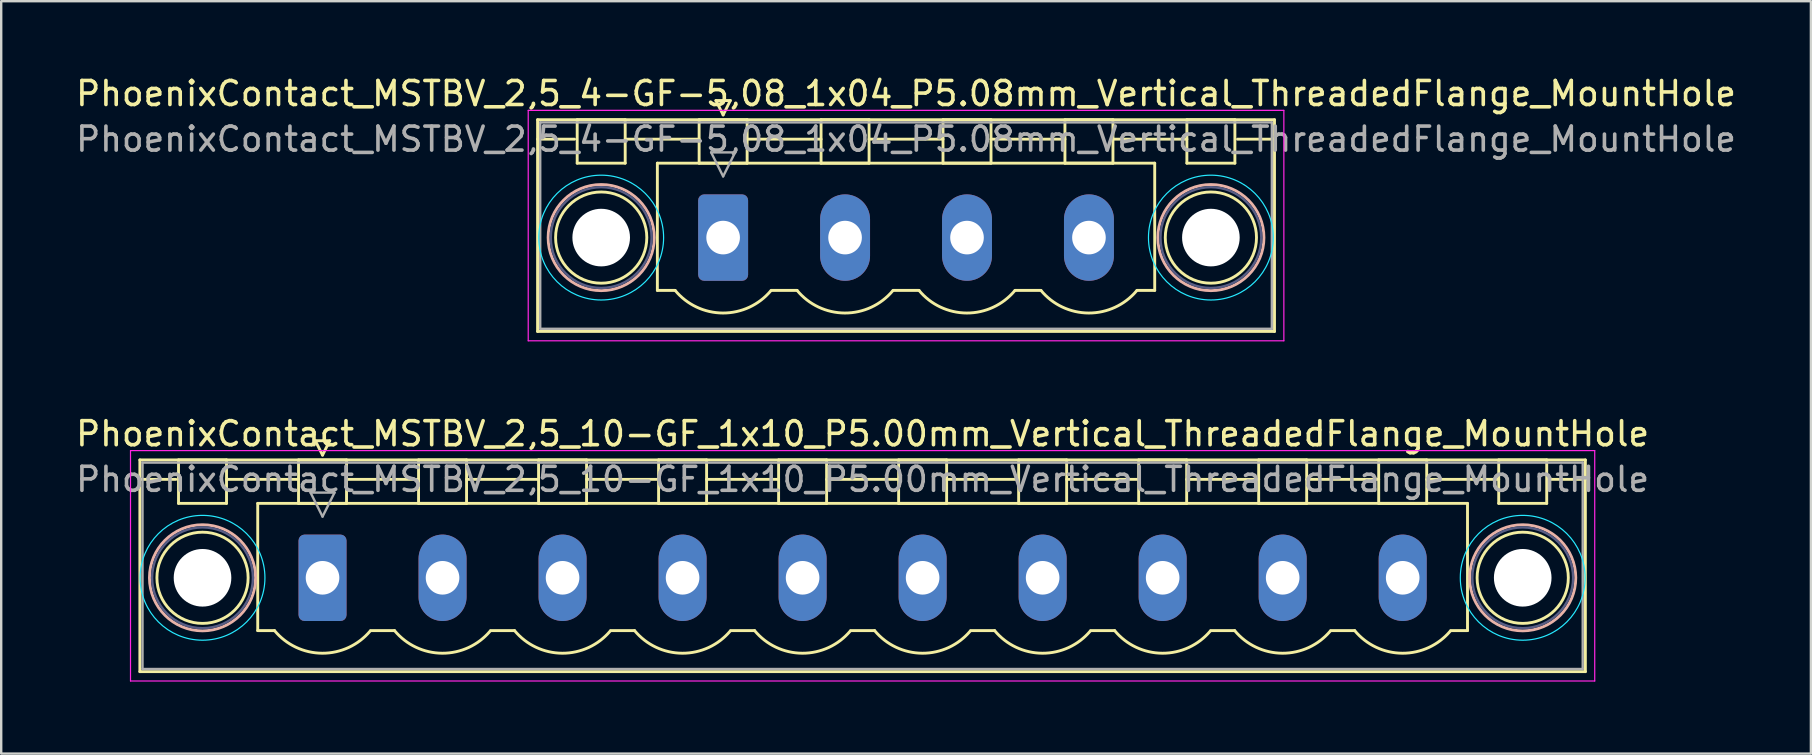
<source format=kicad_pcb>
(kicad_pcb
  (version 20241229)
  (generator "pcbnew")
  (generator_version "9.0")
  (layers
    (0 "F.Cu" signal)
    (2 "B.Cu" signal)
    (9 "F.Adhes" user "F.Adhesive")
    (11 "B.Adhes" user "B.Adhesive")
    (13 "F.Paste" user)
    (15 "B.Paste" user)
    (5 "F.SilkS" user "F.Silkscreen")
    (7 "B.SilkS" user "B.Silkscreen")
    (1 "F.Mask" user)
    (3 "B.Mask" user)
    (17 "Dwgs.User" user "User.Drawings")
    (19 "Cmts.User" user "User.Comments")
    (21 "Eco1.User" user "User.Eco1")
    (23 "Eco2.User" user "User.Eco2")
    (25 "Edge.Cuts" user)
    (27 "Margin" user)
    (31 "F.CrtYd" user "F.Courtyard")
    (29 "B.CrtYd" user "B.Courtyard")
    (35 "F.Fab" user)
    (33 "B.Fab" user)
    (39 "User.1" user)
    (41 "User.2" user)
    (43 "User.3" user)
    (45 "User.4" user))
  (footprint "PhoenixContact_MSTBV_2,5_4-GF-5,08_1x04_P5.08mm_Vertical_ThreadedFlange_MountHole"
    (layer "F.Cu")
    (at 27.076 6.848)
    (property "Reference" "PhoenixContact_MSTBV_2,5_4-GF-5,08_1x04_P5.08mm_Vertical_ThreadedFlange_MountHole" (at 7.62 -6 0) (layer "F.SilkS") (effects (font (size 1 1) (thickness 0.15))))
    (attr through_hole)
    (fp_line (start -7.73 -4.91) (end -7.73 3.91) (stroke (width 0.12) (type solid)) (layer "F.SilkS"))
    (fp_line (start -7.73 -4.1) (end -6.19 -4.1) (stroke (width 0.12) (type solid)) (layer "F.SilkS"))
    (fp_line (start -7.73 3.91) (end 22.97 3.91) (stroke (width 0.12) (type solid)) (layer "F.SilkS"))
    (fp_line (start -6.08 -4.91) (end -4.08 -4.91) (stroke (width 0.12) (type solid)) (layer "F.SilkS"))
    (fp_line (start -6.08 -3.1) (end -6.08 -4.91) (stroke (width 0.12) (type solid)) (layer "F.SilkS"))
    (fp_line (start -4.08 -4.91) (end -4.08 -3.1) (stroke (width 0.12) (type solid)) (layer "F.SilkS"))
    (fp_line (start -4.08 -4.1) (end -1 -4.1) (stroke (width 0.12) (type solid)) (layer "F.SilkS"))
    (fp_line (start -4.08 -3.1) (end -6.08 -3.1) (stroke (width 0.12) (type solid)) (layer "F.SilkS"))
    (fp_line (start -2.74 -3.1) (end 17.98 -3.1) (stroke (width 0.12) (type solid)) (layer "F.SilkS"))
    (fp_line (start -2.74 2.2) (end -2.74 -3.1) (stroke (width 0.12) (type solid)) (layer "F.SilkS"))
    (fp_line (start -2 2.2) (end -2.74 2.2) (stroke (width 0.12) (type solid)) (layer "F.SilkS"))
    (fp_line (start -1 -4.91) (end 1 -4.91) (stroke (width 0.12) (type solid)) (layer "F.SilkS"))
    (fp_line (start -1 -3.1) (end -1 -4.91) (stroke (width 0.12) (type solid)) (layer "F.SilkS"))
    (fp_line (start -0.3 -5.71) (end 0.3 -5.71) (stroke (width 0.12) (type solid)) (layer "F.SilkS"))
    (fp_line (start 0 -5.11) (end -0.3 -5.71) (stroke (width 0.12) (type solid)) (layer "F.SilkS"))
    (fp_line (start 0.3 -5.71) (end 0 -5.11) (stroke (width 0.12) (type solid)) (layer "F.SilkS"))
    (fp_line (start 1 -4.91) (end 1 -3.1) (stroke (width 0.12) (type solid)) (layer "F.SilkS"))
    (fp_line (start 1 -4.1) (end 4.08 -4.1) (stroke (width 0.12) (type solid)) (layer "F.SilkS"))
    (fp_line (start 1 -3.1) (end -1 -3.1) (stroke (width 0.12) (type solid)) (layer "F.SilkS"))
    (fp_line (start 2 2.2) (end 3.08 2.2) (stroke (width 0.12) (type solid)) (layer "F.SilkS"))
    (fp_line (start 4.08 -4.91) (end 6.08 -4.91) (stroke (width 0.12) (type solid)) (layer "F.SilkS"))
    (fp_line (start 4.08 -3.1) (end 4.08 -4.91) (stroke (width 0.12) (type solid)) (layer "F.SilkS"))
    (fp_line (start 6.08 -4.91) (end 6.08 -3.1) (stroke (width 0.12) (type solid)) (layer "F.SilkS"))
    (fp_line (start 6.08 -4.1) (end 9.16 -4.1) (stroke (width 0.12) (type solid)) (layer "F.SilkS"))
    (fp_line (start 6.08 -3.1) (end 4.08 -3.1) (stroke (width 0.12) (type solid)) (layer "F.SilkS"))
    (fp_line (start 7.08 2.2) (end 8.16 2.2) (stroke (width 0.12) (type solid)) (layer "F.SilkS"))
    (fp_line (start 9.16 -4.91) (end 11.16 -4.91) (stroke (width 0.12) (type solid)) (layer "F.SilkS"))
    (fp_line (start 9.16 -3.1) (end 9.16 -4.91) (stroke (width 0.12) (type solid)) (layer "F.SilkS"))
    (fp_line (start 11.16 -4.91) (end 11.16 -3.1) (stroke (width 0.12) (type solid)) (layer "F.SilkS"))
    (fp_line (start 11.16 -4.1) (end 14.24 -4.1) (stroke (width 0.12) (type solid)) (layer "F.SilkS"))
    (fp_line (start 11.16 -3.1) (end 9.16 -3.1) (stroke (width 0.12) (type solid)) (layer "F.SilkS"))
    (fp_line (start 12.16 2.2) (end 13.24 2.2) (stroke (width 0.12) (type solid)) (layer "F.SilkS"))
    (fp_line (start 14.24 -4.91) (end 16.24 -4.91) (stroke (width 0.12) (type solid)) (layer "F.SilkS"))
    (fp_line (start 14.24 -3.1) (end 14.24 -4.91) (stroke (width 0.12) (type solid)) (layer "F.SilkS"))
    (fp_line (start 16.24 -4.91) (end 16.24 -3.1) (stroke (width 0.12) (type solid)) (layer "F.SilkS"))
    (fp_line (start 16.24 -4.1) (end 19.32 -4.1) (stroke (width 0.12) (type solid)) (layer "F.SilkS"))
    (fp_line (start 16.24 -3.1) (end 14.24 -3.1) (stroke (width 0.12) (type solid)) (layer "F.SilkS"))
    (fp_line (start 17.98 -3.1) (end 17.98 2.2) (stroke (width 0.12) (type solid)) (layer "F.SilkS"))
    (fp_line (start 17.98 2.2) (end 17.24 2.2) (stroke (width 0.12) (type solid)) (layer "F.SilkS"))
    (fp_line (start 19.32 -4.91) (end 21.32 -4.91) (stroke (width 0.12) (type solid)) (layer "F.SilkS"))
    (fp_line (start 19.32 -3.1) (end 19.32 -4.91) (stroke (width 0.12) (type solid)) (layer "F.SilkS"))
    (fp_line (start 21.32 -4.91) (end 21.32 -3.1) (stroke (width 0.12) (type solid)) (layer "F.SilkS"))
    (fp_line (start 21.32 -3.1) (end 19.32 -3.1) (stroke (width 0.12) (type solid)) (layer "F.SilkS"))
    (fp_line (start 22.97 -4.91) (end -7.73 -4.91) (stroke (width 0.12) (type solid)) (layer "F.SilkS"))
    (fp_line (start 22.97 -4.1) (end 21.43 -4.1) (stroke (width 0.12) (type solid)) (layer "F.SilkS"))
    (fp_line (start 22.97 3.91) (end 22.97 -4.91) (stroke (width 0.12) (type solid)) (layer "F.SilkS"))
    (fp_arc (start 1.986842 2.215821) (mid -0.010289 3.142758) (end -2 2.2) (stroke (width 0.12) (type solid)) (layer "F.SilkS"))
    (fp_arc (start 7.066842 2.215821) (mid 5.069711 3.142758) (end 3.08 2.2) (stroke (width 0.12) (type solid)) (layer "F.SilkS"))
    (fp_arc (start 12.146842 2.215821) (mid 10.149711 3.142758) (end 8.16 2.2) (stroke (width 0.12) (type solid)) (layer "F.SilkS"))
    (fp_arc (start 17.226842 2.215821) (mid 15.229711 3.142758) (end 13.24 2.2) (stroke (width 0.12) (type solid)) (layer "F.SilkS"))
    (fp_circle (center -5.08 0) (end -3.18 0) (stroke (width 0.12) (type solid)) (fill no) (layer "F.SilkS"))
    (fp_circle (center 20.32 0) (end 22.22 0) (stroke (width 0.12) (type solid)) (fill no) (layer "F.SilkS"))
    (fp_circle (center -5.08 0) (end -2.87 0) (stroke (width 0.12) (type solid)) (fill no) (layer "B.SilkS"))
    (fp_circle (center 20.32 0) (end 22.53 0) (stroke (width 0.12) (type solid)) (fill no) (layer "B.SilkS"))
    (fp_circle (center -5.08 0) (end -2.48 0) (stroke (width 0.05) (type solid)) (fill no) (layer "B.CrtYd"))
    (fp_circle (center 20.32 0) (end 22.92 0) (stroke (width 0.05) (type solid)) (fill no) (layer "B.CrtYd"))
    (fp_line (start -8.12 -5.3) (end -8.12 4.3) (stroke (width 0.05) (type solid)) (layer "F.CrtYd"))
    (fp_line (start -8.12 4.3) (end 23.36 4.3) (stroke (width 0.05) (type solid)) (layer "F.CrtYd"))
    (fp_line (start 23.36 -5.3) (end -8.12 -5.3) (stroke (width 0.05) (type solid)) (layer "F.CrtYd"))
    (fp_line (start 23.36 4.3) (end 23.36 -5.3) (stroke (width 0.05) (type solid)) (layer "F.CrtYd"))
    (fp_circle (center -5.08 0) (end -2.98 0) (stroke (width 0.1) (type solid)) (fill no) (layer "B.Fab"))
    (fp_circle (center 20.32 0) (end 22.42 0) (stroke (width 0.1) (type solid)) (fill no) (layer "B.Fab"))
    (fp_line (start -7.62 -4.8) (end -7.62 3.8) (stroke (width 0.1) (type solid)) (layer "F.Fab"))
    (fp_line (start -7.62 3.8) (end 22.86 3.8) (stroke (width 0.1) (type solid)) (layer "F.Fab"))
    (fp_line (start -0.5 -3.55) (end 0.5 -3.55) (stroke (width 0.1) (type solid)) (layer "F.Fab"))
    (fp_line (start 0 -2.55) (end -0.5 -3.55) (stroke (width 0.1) (type solid)) (layer "F.Fab"))
    (fp_line (start 0.5 -3.55) (end 0 -2.55) (stroke (width 0.1) (type solid)) (layer "F.Fab"))
    (fp_line (start 22.86 -4.8) (end -7.62 -4.8) (stroke (width 0.1) (type solid)) (layer "F.Fab"))
    (fp_line (start 22.86 3.8) (end 22.86 -4.8) (stroke (width 0.1) (type solid)) (layer "F.Fab"))
    (fp_text user "${REFERENCE}" (at 7.62 -4.1 0) (layer "F.Fab") (effects (font (size 1 1) (thickness 0.15))))
    (pad "" np_thru_hole circle (at -5.08 0) (size 2.4 2.4) (drill 2.4) (layers "*.Cu" "*.Mask"))
    (pad "" np_thru_hole circle (at 20.32 0) (size 2.4 2.4) (drill 2.4) (layers "*.Cu" "*.Mask"))
    (pad "1" thru_hole roundrect (at 0 0) (size 2.08 3.6) (drill 1.4) (layers "*.Cu" "*.Mask") (roundrect_rratio 0.12))
    (pad "2" thru_hole oval (at 5.08 0) (size 2.08 3.6) (drill 1.4) (layers "*.Cu" "*.Mask"))
    (pad "3" thru_hole oval (at 10.16 0) (size 2.08 3.6) (drill 1.4) (layers "*.Cu" "*.Mask"))
    (pad "4" thru_hole oval (at 15.24 0) (size 2.08 3.6) (drill 1.4) (layers "*.Cu" "*.Mask")))
  (footprint "PhoenixContact_MSTBV_2,5_10-GF_1x10_P5.00mm_Vertical_ThreadedFlange_MountHole"
    (layer "F.Cu")
    (at 10.387 21.021)
    (property "Reference" "PhoenixContact_MSTBV_2,5_10-GF_1x10_P5.00mm_Vertical_ThreadedFlange_MountHole" (at 22.5 -6 0) (layer "F.SilkS") (effects (font (size 1 1) (thickness 0.15))))
    (attr through_hole)
    (fp_line (start -7.61 -4.91) (end -7.61 3.91) (stroke (width 0.12) (type solid)) (layer "F.SilkS"))
    (fp_line (start -7.61 -4.1) (end -6.11 -4.1) (stroke (width 0.12) (type solid)) (layer "F.SilkS"))
    (fp_line (start -7.61 3.91) (end 52.61 3.91) (stroke (width 0.12) (type solid)) (layer "F.SilkS"))
    (fp_line (start -6 -4.91) (end -4 -4.91) (stroke (width 0.12) (type solid)) (layer "F.SilkS"))
    (fp_line (start -6 -3.1) (end -6 -4.91) (stroke (width 0.12) (type solid)) (layer "F.SilkS"))
    (fp_line (start -4 -4.91) (end -4 -3.1) (stroke (width 0.12) (type solid)) (layer "F.SilkS"))
    (fp_line (start -4 -4.1) (end -1 -4.1) (stroke (width 0.12) (type solid)) (layer "F.SilkS"))
    (fp_line (start -4 -3.1) (end -6 -3.1) (stroke (width 0.12) (type solid)) (layer "F.SilkS"))
    (fp_line (start -2.7 -3.1) (end 47.7 -3.1) (stroke (width 0.12) (type solid)) (layer "F.SilkS"))
    (fp_line (start -2.7 2.2) (end -2.7 -3.1) (stroke (width 0.12) (type solid)) (layer "F.SilkS"))
    (fp_line (start -2 2.2) (end -2.7 2.2) (stroke (width 0.12) (type solid)) (layer "F.SilkS"))
    (fp_line (start -1 -4.91) (end 1 -4.91) (stroke (width 0.12) (type solid)) (layer "F.SilkS"))
    (fp_line (start -1 -3.1) (end -1 -4.91) (stroke (width 0.12) (type solid)) (layer "F.SilkS"))
    (fp_line (start -0.3 -5.71) (end 0.3 -5.71) (stroke (width 0.12) (type solid)) (layer "F.SilkS"))
    (fp_line (start 0 -5.11) (end -0.3 -5.71) (stroke (width 0.12) (type solid)) (layer "F.SilkS"))
    (fp_line (start 0.3 -5.71) (end 0 -5.11) (stroke (width 0.12) (type solid)) (layer "F.SilkS"))
    (fp_line (start 1 -4.91) (end 1 -3.1) (stroke (width 0.12) (type solid)) (layer "F.SilkS"))
    (fp_line (start 1 -4.1) (end 4 -4.1) (stroke (width 0.12) (type solid)) (layer "F.SilkS"))
    (fp_line (start 1 -3.1) (end -1 -3.1) (stroke (width 0.12) (type solid)) (layer "F.SilkS"))
    (fp_line (start 2 2.2) (end 3 2.2) (stroke (width 0.12) (type solid)) (layer "F.SilkS"))
    (fp_line (start 4 -4.91) (end 6 -4.91) (stroke (width 0.12) (type solid)) (layer "F.SilkS"))
    (fp_line (start 4 -3.1) (end 4 -4.91) (stroke (width 0.12) (type solid)) (layer "F.SilkS"))
    (fp_line (start 6 -4.91) (end 6 -3.1) (stroke (width 0.12) (type solid)) (layer "F.SilkS"))
    (fp_line (start 6 -4.1) (end 9 -4.1) (stroke (width 0.12) (type solid)) (layer "F.SilkS"))
    (fp_line (start 6 -3.1) (end 4 -3.1) (stroke (width 0.12) (type solid)) (layer "F.SilkS"))
    (fp_line (start 7 2.2) (end 8 2.2) (stroke (width 0.12) (type solid)) (layer "F.SilkS"))
    (fp_line (start 9 -4.91) (end 11 -4.91) (stroke (width 0.12) (type solid)) (layer "F.SilkS"))
    (fp_line (start 9 -3.1) (end 9 -4.91) (stroke (width 0.12) (type solid)) (layer "F.SilkS"))
    (fp_line (start 11 -4.91) (end 11 -3.1) (stroke (width 0.12) (type solid)) (layer "F.SilkS"))
    (fp_line (start 11 -4.1) (end 14 -4.1) (stroke (width 0.12) (type solid)) (layer "F.SilkS"))
    (fp_line (start 11 -3.1) (end 9 -3.1) (stroke (width 0.12) (type solid)) (layer "F.SilkS"))
    (fp_line (start 12 2.2) (end 13 2.2) (stroke (width 0.12) (type solid)) (layer "F.SilkS"))
    (fp_line (start 14 -4.91) (end 16 -4.91) (stroke (width 0.12) (type solid)) (layer "F.SilkS"))
    (fp_line (start 14 -3.1) (end 14 -4.91) (stroke (width 0.12) (type solid)) (layer "F.SilkS"))
    (fp_line (start 16 -4.91) (end 16 -3.1) (stroke (width 0.12) (type solid)) (layer "F.SilkS"))
    (fp_line (start 16 -4.1) (end 19 -4.1) (stroke (width 0.12) (type solid)) (layer "F.SilkS"))
    (fp_line (start 16 -3.1) (end 14 -3.1) (stroke (width 0.12) (type solid)) (layer "F.SilkS"))
    (fp_line (start 17 2.2) (end 18 2.2) (stroke (width 0.12) (type solid)) (layer "F.SilkS"))
    (fp_line (start 19 -4.91) (end 21 -4.91) (stroke (width 0.12) (type solid)) (layer "F.SilkS"))
    (fp_line (start 19 -3.1) (end 19 -4.91) (stroke (width 0.12) (type solid)) (layer "F.SilkS"))
    (fp_line (start 21 -4.91) (end 21 -3.1) (stroke (width 0.12) (type solid)) (layer "F.SilkS"))
    (fp_line (start 21 -4.1) (end 24 -4.1) (stroke (width 0.12) (type solid)) (layer "F.SilkS"))
    (fp_line (start 21 -3.1) (end 19 -3.1) (stroke (width 0.12) (type solid)) (layer "F.SilkS"))
    (fp_line (start 22 2.2) (end 23 2.2) (stroke (width 0.12) (type solid)) (layer "F.SilkS"))
    (fp_line (start 24 -4.91) (end 26 -4.91) (stroke (width 0.12) (type solid)) (layer "F.SilkS"))
    (fp_line (start 24 -3.1) (end 24 -4.91) (stroke (width 0.12) (type solid)) (layer "F.SilkS"))
    (fp_line (start 26 -4.91) (end 26 -3.1) (stroke (width 0.12) (type solid)) (layer "F.SilkS"))
    (fp_line (start 26 -4.1) (end 29 -4.1) (stroke (width 0.12) (type solid)) (layer "F.SilkS"))
    (fp_line (start 26 -3.1) (end 24 -3.1) (stroke (width 0.12) (type solid)) (layer "F.SilkS"))
    (fp_line (start 27 2.2) (end 28 2.2) (stroke (width 0.12) (type solid)) (layer "F.SilkS"))
    (fp_line (start 29 -4.91) (end 31 -4.91) (stroke (width 0.12) (type solid)) (layer "F.SilkS"))
    (fp_line (start 29 -3.1) (end 29 -4.91) (stroke (width 0.12) (type solid)) (layer "F.SilkS"))
    (fp_line (start 31 -4.91) (end 31 -3.1) (stroke (width 0.12) (type solid)) (layer "F.SilkS"))
    (fp_line (start 31 -4.1) (end 34 -4.1) (stroke (width 0.12) (type solid)) (layer "F.SilkS"))
    (fp_line (start 31 -3.1) (end 29 -3.1) (stroke (width 0.12) (type solid)) (layer "F.SilkS"))
    (fp_line (start 32 2.2) (end 33 2.2) (stroke (width 0.12) (type solid)) (layer "F.SilkS"))
    (fp_line (start 34 -4.91) (end 36 -4.91) (stroke (width 0.12) (type solid)) (layer "F.SilkS"))
    (fp_line (start 34 -3.1) (end 34 -4.91) (stroke (width 0.12) (type solid)) (layer "F.SilkS"))
    (fp_line (start 36 -4.91) (end 36 -3.1) (stroke (width 0.12) (type solid)) (layer "F.SilkS"))
    (fp_line (start 36 -4.1) (end 39 -4.1) (stroke (width 0.12) (type solid)) (layer "F.SilkS"))
    (fp_line (start 36 -3.1) (end 34 -3.1) (stroke (width 0.12) (type solid)) (layer "F.SilkS"))
    (fp_line (start 37 2.2) (end 38 2.2) (stroke (width 0.12) (type solid)) (layer "F.SilkS"))
    (fp_line (start 39 -4.91) (end 41 -4.91) (stroke (width 0.12) (type solid)) (layer "F.SilkS"))
    (fp_line (start 39 -3.1) (end 39 -4.91) (stroke (width 0.12) (type solid)) (layer "F.SilkS"))
    (fp_line (start 41 -4.91) (end 41 -3.1) (stroke (width 0.12) (type solid)) (layer "F.SilkS"))
    (fp_line (start 41 -4.1) (end 44 -4.1) (stroke (width 0.12) (type solid)) (layer "F.SilkS"))
    (fp_line (start 41 -3.1) (end 39 -3.1) (stroke (width 0.12) (type solid)) (layer "F.SilkS"))
    (fp_line (start 42 2.2) (end 43 2.2) (stroke (width 0.12) (type solid)) (layer "F.SilkS"))
    (fp_line (start 44 -4.91) (end 46 -4.91) (stroke (width 0.12) (type solid)) (layer "F.SilkS"))
    (fp_line (start 44 -3.1) (end 44 -4.91) (stroke (width 0.12) (type solid)) (layer "F.SilkS"))
    (fp_line (start 46 -4.91) (end 46 -3.1) (stroke (width 0.12) (type solid)) (layer "F.SilkS"))
    (fp_line (start 46 -4.1) (end 49 -4.1) (stroke (width 0.12) (type solid)) (layer "F.SilkS"))
    (fp_line (start 46 -3.1) (end 44 -3.1) (stroke (width 0.12) (type solid)) (layer "F.SilkS"))
    (fp_line (start 47.7 -3.1) (end 47.7 2.2) (stroke (width 0.12) (type solid)) (layer "F.SilkS"))
    (fp_line (start 47.7 2.2) (end 47 2.2) (stroke (width 0.12) (type solid)) (layer "F.SilkS"))
    (fp_line (start 49 -4.91) (end 51 -4.91) (stroke (width 0.12) (type solid)) (layer "F.SilkS"))
    (fp_line (start 49 -3.1) (end 49 -4.91) (stroke (width 0.12) (type solid)) (layer "F.SilkS"))
    (fp_line (start 51 -4.91) (end 51 -3.1) (stroke (width 0.12) (type solid)) (layer "F.SilkS"))
    (fp_line (start 51 -3.1) (end 49 -3.1) (stroke (width 0.12) (type solid)) (layer "F.SilkS"))
    (fp_line (start 52.61 -4.91) (end -7.61 -4.91) (stroke (width 0.12) (type solid)) (layer "F.SilkS"))
    (fp_line (start 52.61 -4.1) (end 51.11 -4.1) (stroke (width 0.12) (type solid)) (layer "F.SilkS"))
    (fp_line (start 52.61 3.91) (end 52.61 -4.91) (stroke (width 0.12) (type solid)) (layer "F.SilkS"))
    (fp_arc (start 1.986842 2.215821) (mid -0.010289 3.142758) (end -2 2.2) (stroke (width 0.12) (type solid)) (layer "F.SilkS"))
    (fp_arc (start 6.986842 2.215821) (mid 4.989711 3.142758) (end 3 2.2) (stroke (width 0.12) (type solid)) (layer "F.SilkS"))
    (fp_arc (start 11.986842 2.215821) (mid 9.989711 3.142758) (end 8 2.2) (stroke (width 0.12) (type solid)) (layer "F.SilkS"))
    (fp_arc (start 16.986842 2.215821) (mid 14.989711 3.142758) (end 13 2.2) (stroke (width 0.12) (type solid)) (layer "F.SilkS"))
    (fp_arc (start 21.986842 2.215821) (mid 19.989711 3.142758) (end 18 2.2) (stroke (width 0.12) (type solid)) (layer "F.SilkS"))
    (fp_arc (start 26.986842 2.215821) (mid 24.989711 3.142758) (end 23 2.2) (stroke (width 0.12) (type solid)) (layer "F.SilkS"))
    (fp_arc (start 31.986842 2.215821) (mid 29.989711 3.142758) (end 28 2.2) (stroke (width 0.12) (type solid)) (layer "F.SilkS"))
    (fp_arc (start 36.986842 2.215821) (mid 34.989711 3.142758) (end 33 2.2) (stroke (width 0.12) (type solid)) (layer "F.SilkS"))
    (fp_arc (start 41.986842 2.215821) (mid 39.989711 3.142758) (end 38 2.2) (stroke (width 0.12) (type solid)) (layer "F.SilkS"))
    (fp_arc (start 46.986842 2.215821) (mid 44.989711 3.142758) (end 43 2.2) (stroke (width 0.12) (type solid)) (layer "F.SilkS"))
    (fp_circle (center -5 0) (end -3.1 0) (stroke (width 0.12) (type solid)) (fill no) (layer "F.SilkS"))
    (fp_circle (center 50 0) (end 51.9 0) (stroke (width 0.12) (type solid)) (fill no) (layer "F.SilkS"))
    (fp_circle (center -5 0) (end -2.79 0) (stroke (width 0.12) (type solid)) (fill no) (layer "B.SilkS"))
    (fp_circle (center 50 0) (end 52.21 0) (stroke (width 0.12) (type solid)) (fill no) (layer "B.SilkS"))
    (fp_circle (center -5 0) (end -2.4 0) (stroke (width 0.05) (type solid)) (fill no) (layer "B.CrtYd"))
    (fp_circle (center 50 0) (end 52.6 0) (stroke (width 0.05) (type solid)) (fill no) (layer "B.CrtYd"))
    (fp_line (start -8 -5.3) (end -8 4.3) (stroke (width 0.05) (type solid)) (layer "F.CrtYd"))
    (fp_line (start -8 4.3) (end 53 4.3) (stroke (width 0.05) (type solid)) (layer "F.CrtYd"))
    (fp_line (start 53 -5.3) (end -8 -5.3) (stroke (width 0.05) (type solid)) (layer "F.CrtYd"))
    (fp_line (start 53 4.3) (end 53 -5.3) (stroke (width 0.05) (type solid)) (layer "F.CrtYd"))
    (fp_circle (center -5 0) (end -2.9 0) (stroke (width 0.1) (type solid)) (fill no) (layer "B.Fab"))
    (fp_circle (center 50 0) (end 52.1 0) (stroke (width 0.1) (type solid)) (fill no) (layer "B.Fab"))
    (fp_line (start -7.5 -4.8) (end -7.5 3.8) (stroke (width 0.1) (type solid)) (layer "F.Fab"))
    (fp_line (start -7.5 3.8) (end 52.5 3.8) (stroke (width 0.1) (type solid)) (layer "F.Fab"))
    (fp_line (start -0.5 -3.55) (end 0.5 -3.55) (stroke (width 0.1) (type solid)) (layer "F.Fab"))
    (fp_line (start 0 -2.55) (end -0.5 -3.55) (stroke (width 0.1) (type solid)) (layer "F.Fab"))
    (fp_line (start 0.5 -3.55) (end 0 -2.55) (stroke (width 0.1) (type solid)) (layer "F.Fab"))
    (fp_line (start 52.5 -4.8) (end -7.5 -4.8) (stroke (width 0.1) (type solid)) (layer "F.Fab"))
    (fp_line (start 52.5 3.8) (end 52.5 -4.8) (stroke (width 0.1) (type solid)) (layer "F.Fab"))
    (fp_text user "${REFERENCE}" (at 22.5 -4.1 0) (layer "F.Fab") (effects (font (size 1 1) (thickness 0.15))))
    (pad "" np_thru_hole circle (at -5 0) (size 2.4 2.4) (drill 2.4) (layers "*.Cu" "*.Mask"))
    (pad "" np_thru_hole circle (at 50 0) (size 2.4 2.4) (drill 2.4) (layers "*.Cu" "*.Mask"))
    (pad "1" thru_hole roundrect (at 0 0) (size 2 3.6) (drill 1.4) (layers "*.Cu" "*.Mask") (roundrect_rratio 0.125))
    (pad "2" thru_hole oval (at 5 0) (size 2 3.6) (drill 1.4) (layers "*.Cu" "*.Mask"))
    (pad "3" thru_hole oval (at 10 0) (size 2 3.6) (drill 1.4) (layers "*.Cu" "*.Mask"))
    (pad "4" thru_hole oval (at 15 0) (size 2 3.6) (drill 1.4) (layers "*.Cu" "*.Mask"))
    (pad "5" thru_hole oval (at 20 0) (size 2 3.6) (drill 1.4) (layers "*.Cu" "*.Mask"))
    (pad "6" thru_hole oval (at 25 0) (size 2 3.6) (drill 1.4) (layers "*.Cu" "*.Mask"))
    (pad "7" thru_hole oval (at 30 0) (size 2 3.6) (drill 1.4) (layers "*.Cu" "*.Mask"))
    (pad "8" thru_hole oval (at 35 0) (size 2 3.6) (drill 1.4) (layers "*.Cu" "*.Mask"))
    (pad "9" thru_hole oval (at 40 0) (size 2 3.6) (drill 1.4) (layers "*.Cu" "*.Mask"))
    (pad "10" thru_hole oval (at 45 0) (size 2 3.6) (drill 1.4) (layers "*.Cu" "*.Mask")))
  (gr_rect
    (start -3 -3)
    (end 72.393 28.346)
    (stroke (width 0.1) (type default))
    (fill no)
    (layer "Edge.Cuts")))
</source>
